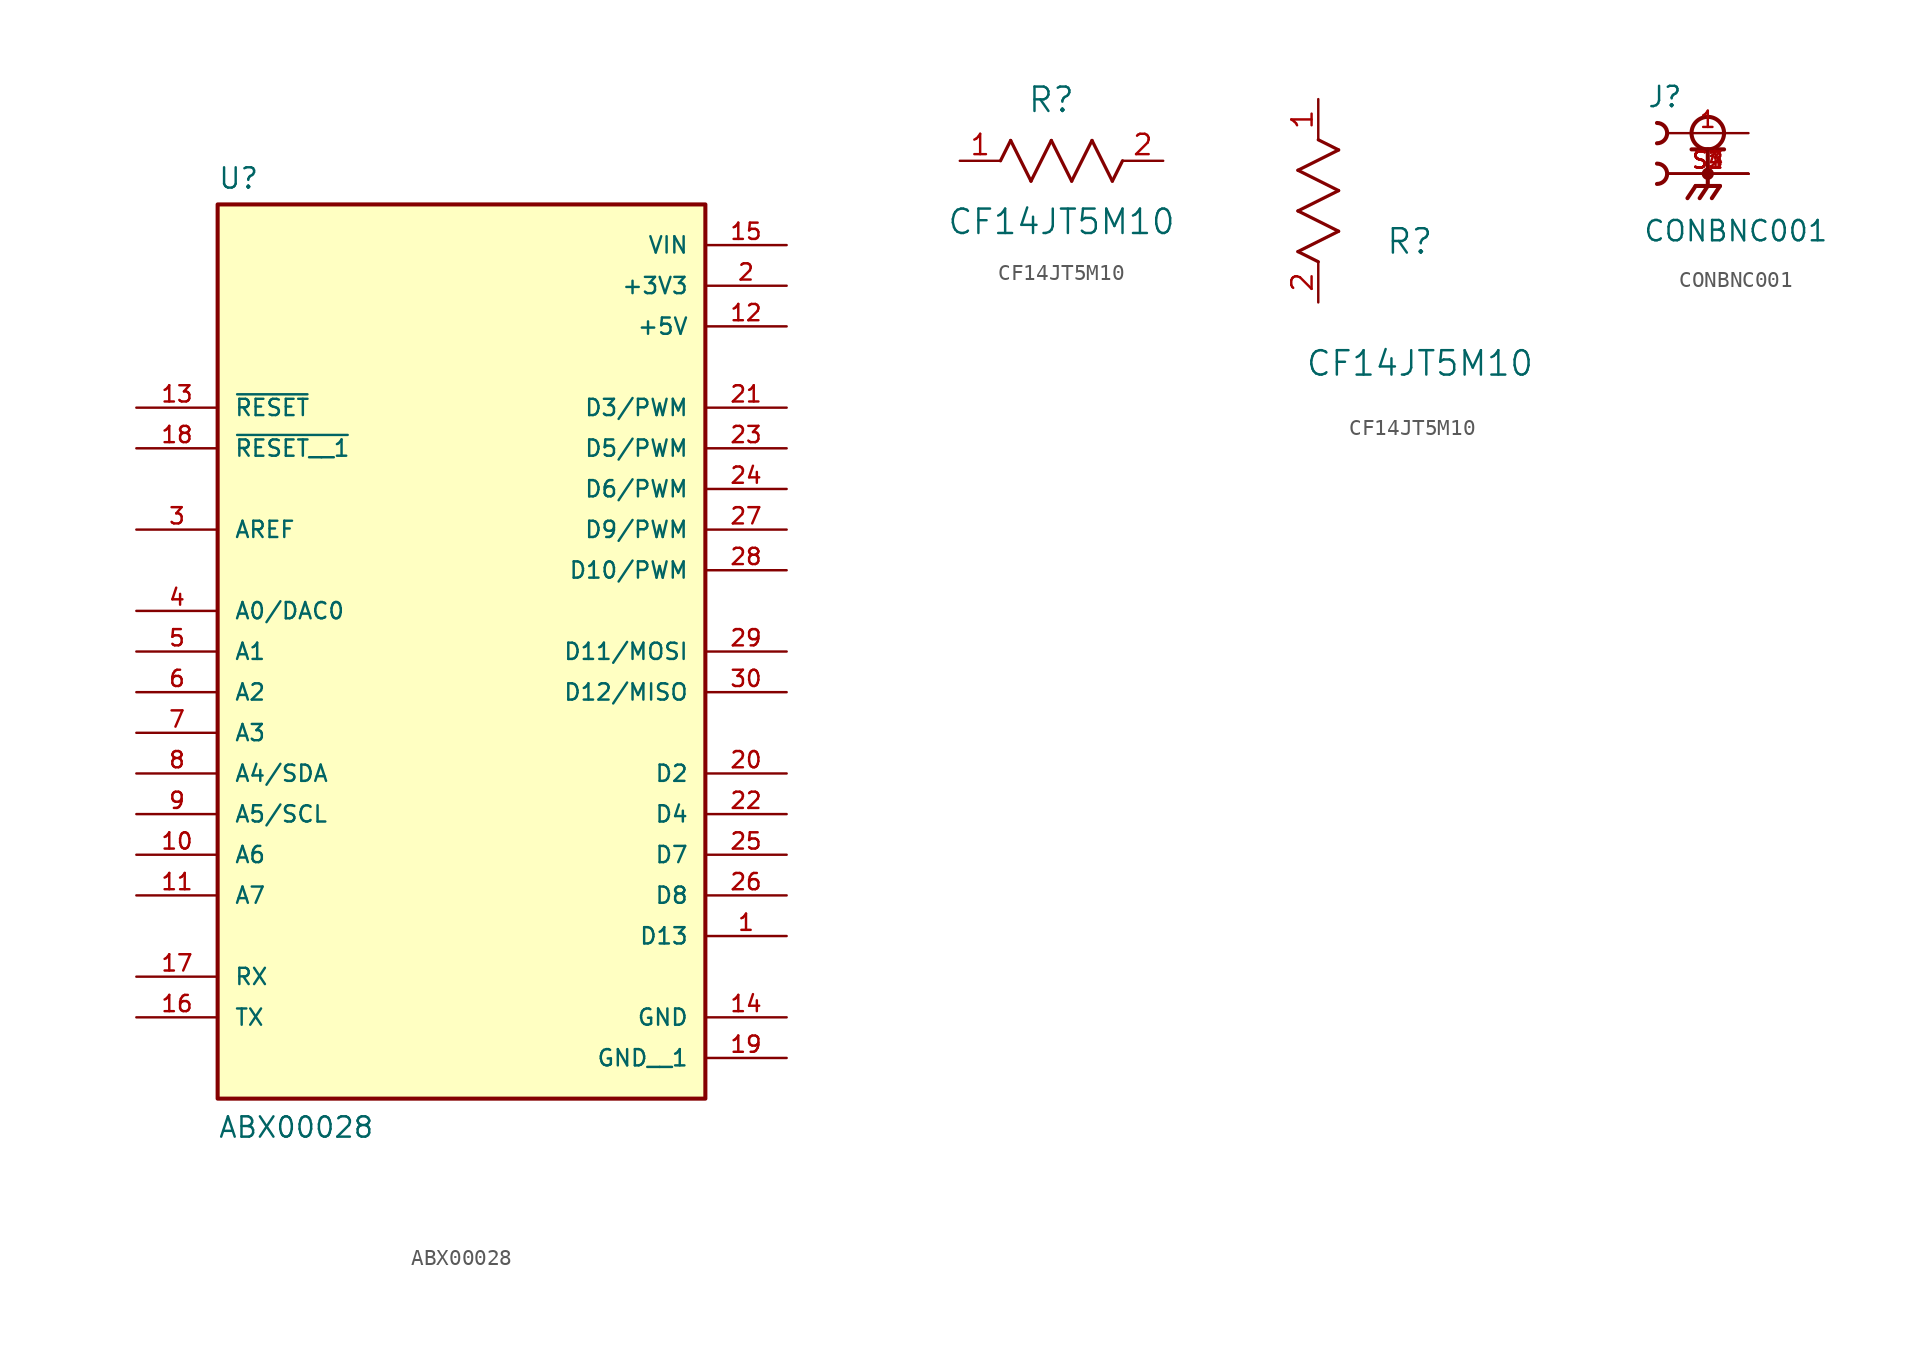
<source format=kicad_sym>
(kicad_symbol_lib
  (version 20241209)
  (generator "kicad_symbol_editor")
  (generator_version "9.0")
  (symbol "ABX00028"
    (pin_names
      (offset 1.016))
    (property "Reference" "U"
      (at -15.24 26.289 0)
      (effects (font (size 1.27 1.27)) (justify left bottom)))
    (property "Value" "ABX00028"
      (at -15.24 -33.02 0)
      (effects (font (size 1.27 1.27)) (justify left bottom)))
    (symbol "ABX00028_0_0"
      (rectangle (start -15.24 -30.48) (end 15.24 25.4) (stroke (width 0.254) (type default)) (fill (type background)))
      (pin input line (at -20.32 12.7 0) (length 5.08) (name "~{RESET}" (effects (font (size 1.016 1.016)))) (number "13" (effects (font (size 1.016 1.016)))))
      (pin input line (at -20.32 10.16 0) (length 5.08) (name "~{RESET__1}" (effects (font (size 1.016 1.016)))) (number "18" (effects (font (size 1.016 1.016)))))
      (pin bidirectional line (at -20.32 5.08 0) (length 5.08) (name "AREF" (effects (font (size 1.016 1.016)))) (number "3" (effects (font (size 1.016 1.016)))))
      (pin bidirectional line (at -20.32 0 0) (length 5.08) (name "A0/DAC0" (effects (font (size 1.016 1.016)))) (number "4" (effects (font (size 1.016 1.016)))))
      (pin bidirectional line (at -20.32 -2.54 0) (length 5.08) (name "A1" (effects (font (size 1.016 1.016)))) (number "5" (effects (font (size 1.016 1.016)))))
      (pin bidirectional line (at -20.32 -5.08 0) (length 5.08) (name "A2" (effects (font (size 1.016 1.016)))) (number "6" (effects (font (size 1.016 1.016)))))
      (pin bidirectional line (at -20.32 -7.62 0) (length 5.08) (name "A3" (effects (font (size 1.016 1.016)))) (number "7" (effects (font (size 1.016 1.016)))))
      (pin bidirectional line (at -20.32 -10.16 0) (length 5.08) (name "A4/SDA" (effects (font (size 1.016 1.016)))) (number "8" (effects (font (size 1.016 1.016)))))
      (pin bidirectional line (at -20.32 -12.7 0) (length 5.08) (name "A5/SCL" (effects (font (size 1.016 1.016)))) (number "9" (effects (font (size 1.016 1.016)))))
      (pin bidirectional line (at -20.32 -15.24 0) (length 5.08) (name "A6" (effects (font (size 1.016 1.016)))) (number "10" (effects (font (size 1.016 1.016)))))
      (pin bidirectional line (at -20.32 -17.78 0) (length 5.08) (name "A7" (effects (font (size 1.016 1.016)))) (number "11" (effects (font (size 1.016 1.016)))))
      (pin bidirectional line (at -20.32 -22.86 0) (length 5.08) (name "RX" (effects (font (size 1.016 1.016)))) (number "17" (effects (font (size 1.016 1.016)))))
      (pin bidirectional line (at -20.32 -25.4 0) (length 5.08) (name "TX" (effects (font (size 1.016 1.016)))) (number "16" (effects (font (size 1.016 1.016)))))
      (pin power_in line (at 20.32 22.86 180) (length 5.08) (name "VIN" (effects (font (size 1.016 1.016)))) (number "15" (effects (font (size 1.016 1.016)))))
      (pin power_in line (at 20.32 20.32 180) (length 5.08) (name "+3V3" (effects (font (size 1.016 1.016)))) (number "2" (effects (font (size 1.016 1.016)))))
      (pin power_in line (at 20.32 17.78 180) (length 5.08) (name "+5V" (effects (font (size 1.016 1.016)))) (number "12" (effects (font (size 1.016 1.016)))))
      (pin bidirectional line (at 20.32 12.7 180) (length 5.08) (name "D3/PWM" (effects (font (size 1.016 1.016)))) (number "21" (effects (font (size 1.016 1.016)))))
      (pin bidirectional line (at 20.32 10.16 180) (length 5.08) (name "D5/PWM" (effects (font (size 1.016 1.016)))) (number "23" (effects (font (size 1.016 1.016)))))
      (pin bidirectional line (at 20.32 7.62 180) (length 5.08) (name "D6/PWM" (effects (font (size 1.016 1.016)))) (number "24" (effects (font (size 1.016 1.016)))))
      (pin bidirectional line (at 20.32 5.08 180) (length 5.08) (name "D9/PWM" (effects (font (size 1.016 1.016)))) (number "27" (effects (font (size 1.016 1.016)))))
      (pin bidirectional line (at 20.32 2.54 180) (length 5.08) (name "D10/PWM" (effects (font (size 1.016 1.016)))) (number "28" (effects (font (size 1.016 1.016)))))
      (pin bidirectional line (at 20.32 -2.54 180) (length 5.08) (name "D11/MOSI" (effects (font (size 1.016 1.016)))) (number "29" (effects (font (size 1.016 1.016)))))
      (pin bidirectional line (at 20.32 -5.08 180) (length 5.08) (name "D12/MISO" (effects (font (size 1.016 1.016)))) (number "30" (effects (font (size 1.016 1.016)))))
      (pin bidirectional line (at 20.32 -10.16 180) (length 5.08) (name "D2" (effects (font (size 1.016 1.016)))) (number "20" (effects (font (size 1.016 1.016)))))
      (pin bidirectional line (at 20.32 -12.7 180) (length 5.08) (name "D4" (effects (font (size 1.016 1.016)))) (number "22" (effects (font (size 1.016 1.016)))))
      (pin bidirectional line (at 20.32 -15.24 180) (length 5.08) (name "D7" (effects (font (size 1.016 1.016)))) (number "25" (effects (font (size 1.016 1.016)))))
      (pin bidirectional line (at 20.32 -17.78 180) (length 5.08) (name "D8" (effects (font (size 1.016 1.016)))) (number "26" (effects (font (size 1.016 1.016)))))
      (pin bidirectional line (at 20.32 -20.32 180) (length 5.08) (name "D13" (effects (font (size 1.016 1.016)))) (number "1" (effects (font (size 1.016 1.016)))))
      (pin power_in line (at 20.32 -25.4 180) (length 5.08) (name "GND" (effects (font (size 1.016 1.016)))) (number "14" (effects (font (size 1.016 1.016)))))
      (pin power_in line (at 20.32 -27.94 180) (length 5.08) (name "GND__1" (effects (font (size 1.016 1.016)))) (number "19" (effects (font (size 1.016 1.016)))))))
  (symbol "CF14JT5M10"
    (pin_names
      (offset 0.254))
    (property "Reference" "R"
      (at 5.715 3.81 0)
      (effects (font (size 1.524 1.524))))
    (property "Value" "CF14JT5M10"
      (at 6.35 -3.81 0)
      (effects (font (size 1.524 1.524))))
    (property "ki_locked" ""
      (at 0 0 0)
      (effects (font (size 1.27 1.27))))
    (symbol "CF14JT5M10_1_1"
      (polyline (pts (xy 2.54 0) (xy 3.175 1.27)) (stroke (width 0.203) (type default)) (fill (type none)))
      (polyline (pts (xy 3.175 1.27) (xy 4.445 -1.27)) (stroke (width 0.203) (type default)) (fill (type none)))
      (polyline (pts (xy 4.445 -1.27) (xy 5.715 1.27)) (stroke (width 0.203) (type default)) (fill (type none)))
      (polyline (pts (xy 5.715 1.27) (xy 6.985 -1.27)) (stroke (width 0.203) (type default)) (fill (type none)))
      (polyline (pts (xy 6.985 -1.27) (xy 8.255 1.27)) (stroke (width 0.203) (type default)) (fill (type none)))
      (polyline (pts (xy 8.255 1.27) (xy 9.525 -1.27)) (stroke (width 0.203) (type default)) (fill (type none)))
      (polyline (pts (xy 9.525 -1.27) (xy 10.16 0)) (stroke (width 0.203) (type default)) (fill (type none)))
      (pin unspecified line (at 0 0 0) (length 2.54) (name "" (effects (font (size 1.27 1.27)))) (number "1" (effects (font (size 1.27 1.27)))))
      (pin unspecified line (at 12.7 0 180) (length 2.54) (name "" (effects (font (size 1.27 1.27)))) (number "2" (effects (font (size 1.27 1.27))))))
    (symbol "CF14JT5M10_1_2"
      (polyline (pts (xy -1.27 8.255) (xy 1.27 9.525)) (stroke (width 0.203) (type default)) (fill (type none)))
      (polyline (pts (xy -1.27 5.715) (xy 1.27 6.985)) (stroke (width 0.203) (type default)) (fill (type none)))
      (polyline (pts (xy -1.27 3.175) (xy 1.27 4.445)) (stroke (width 0.203) (type default)) (fill (type none)))
      (polyline (pts (xy 0 2.54) (xy -1.27 3.175)) (stroke (width 0.203) (type default)) (fill (type none)))
      (polyline (pts (xy 1.27 9.525) (xy 0 10.16)) (stroke (width 0.203) (type default)) (fill (type none)))
      (polyline (pts (xy 1.27 6.985) (xy -1.27 8.255)) (stroke (width 0.203) (type default)) (fill (type none)))
      (polyline (pts (xy 1.27 4.445) (xy -1.27 5.715)) (stroke (width 0.203) (type default)) (fill (type none)))
      (pin unspecified line (at 0 12.7 270) (length 2.54) (name "" (effects (font (size 1.27 1.27)))) (number "1" (effects (font (size 1.27 1.27)))))
      (pin unspecified line (at 0 0 90) (length 2.54) (name "" (effects (font (size 1.27 1.27)))) (number "2" (effects (font (size 1.27 1.27)))))))
  (symbol "CONBNC001"
    (pin_names
      (offset 1.016))
    (property "Reference" "J"
      (at -3.81 1.524 0)
      (effects (font (size 1.27 1.27)) (justify left bottom)))
    (property "Value" "CONBNC001"
      (at -4.064 -6.858 0)
      (effects (font (size 1.27 1.27)) (justify left bottom)))
    (symbol "CONBNC001_0_0"
      (arc (start -3.175 0.635) (mid -2.5427 0) (end -3.175 -0.635) (stroke (width 0.254) (type default)) (fill (type none)))
      (arc (start -3.175 -1.905) (mid -2.5427 -2.54) (end -3.175 -3.175) (stroke (width 0.254) (type default)) (fill (type none)))
      (polyline (pts (xy -1.016 -1.016) (xy 1.016 -1.016)) (stroke (width 0.254) (type default)) (fill (type none)))
      (polyline (pts (xy -0.762 -3.302) (xy -1.27 -4.064)) (stroke (width 0.254) (type default)) (fill (type none)))
      (circle (center 0 0) (radius 1.016) (stroke (width 0.254) (type default)) (fill (type none)))
      (polyline (pts (xy 0 -1.016) (xy 0 -3.302)) (stroke (width 0.254) (type default)) (fill (type none)))
      (circle (center 0 -2.54) (radius 0.254) (stroke (width 0.254) (type default)) (fill (type none)))
      (polyline (pts (xy 0 -3.302) (xy -0.508 -4.064)) (stroke (width 0.254) (type default)) (fill (type none)))
      (polyline (pts (xy 0.762 -3.302) (xy -0.762 -3.302)) (stroke (width 0.254) (type default)) (fill (type none)))
      (polyline (pts (xy 0.762 -3.302) (xy 0.254 -4.064)) (stroke (width 0.254) (type default)) (fill (type none)))
      (pin passive line (at 2.54 0 180) (length 5.08) (name "~" (effects (font (size 1.016 1.016)))) (number "1" (effects (font (size 1.016 1.016)))))
      (pin passive line (at 2.54 -2.54 180) (length 5.08) (name "~" (effects (font (size 1.016 1.016)))) (number "S1" (effects (font (size 1.016 1.016)))))
      (pin passive line (at 2.54 -2.54 180) (length 5.08) (name "~" (effects (font (size 1.016 1.016)))) (number "S2" (effects (font (size 1.016 1.016)))))
      (pin passive line (at 2.54 -2.54 180) (length 5.08) (name "~" (effects (font (size 1.016 1.016)))) (number "S3" (effects (font (size 1.016 1.016)))))
      (pin passive line (at 2.54 -2.54 180) (length 5.08) (name "~" (effects (font (size 1.016 1.016)))) (number "S4" (effects (font (size 1.016 1.016))))))))
</source>
